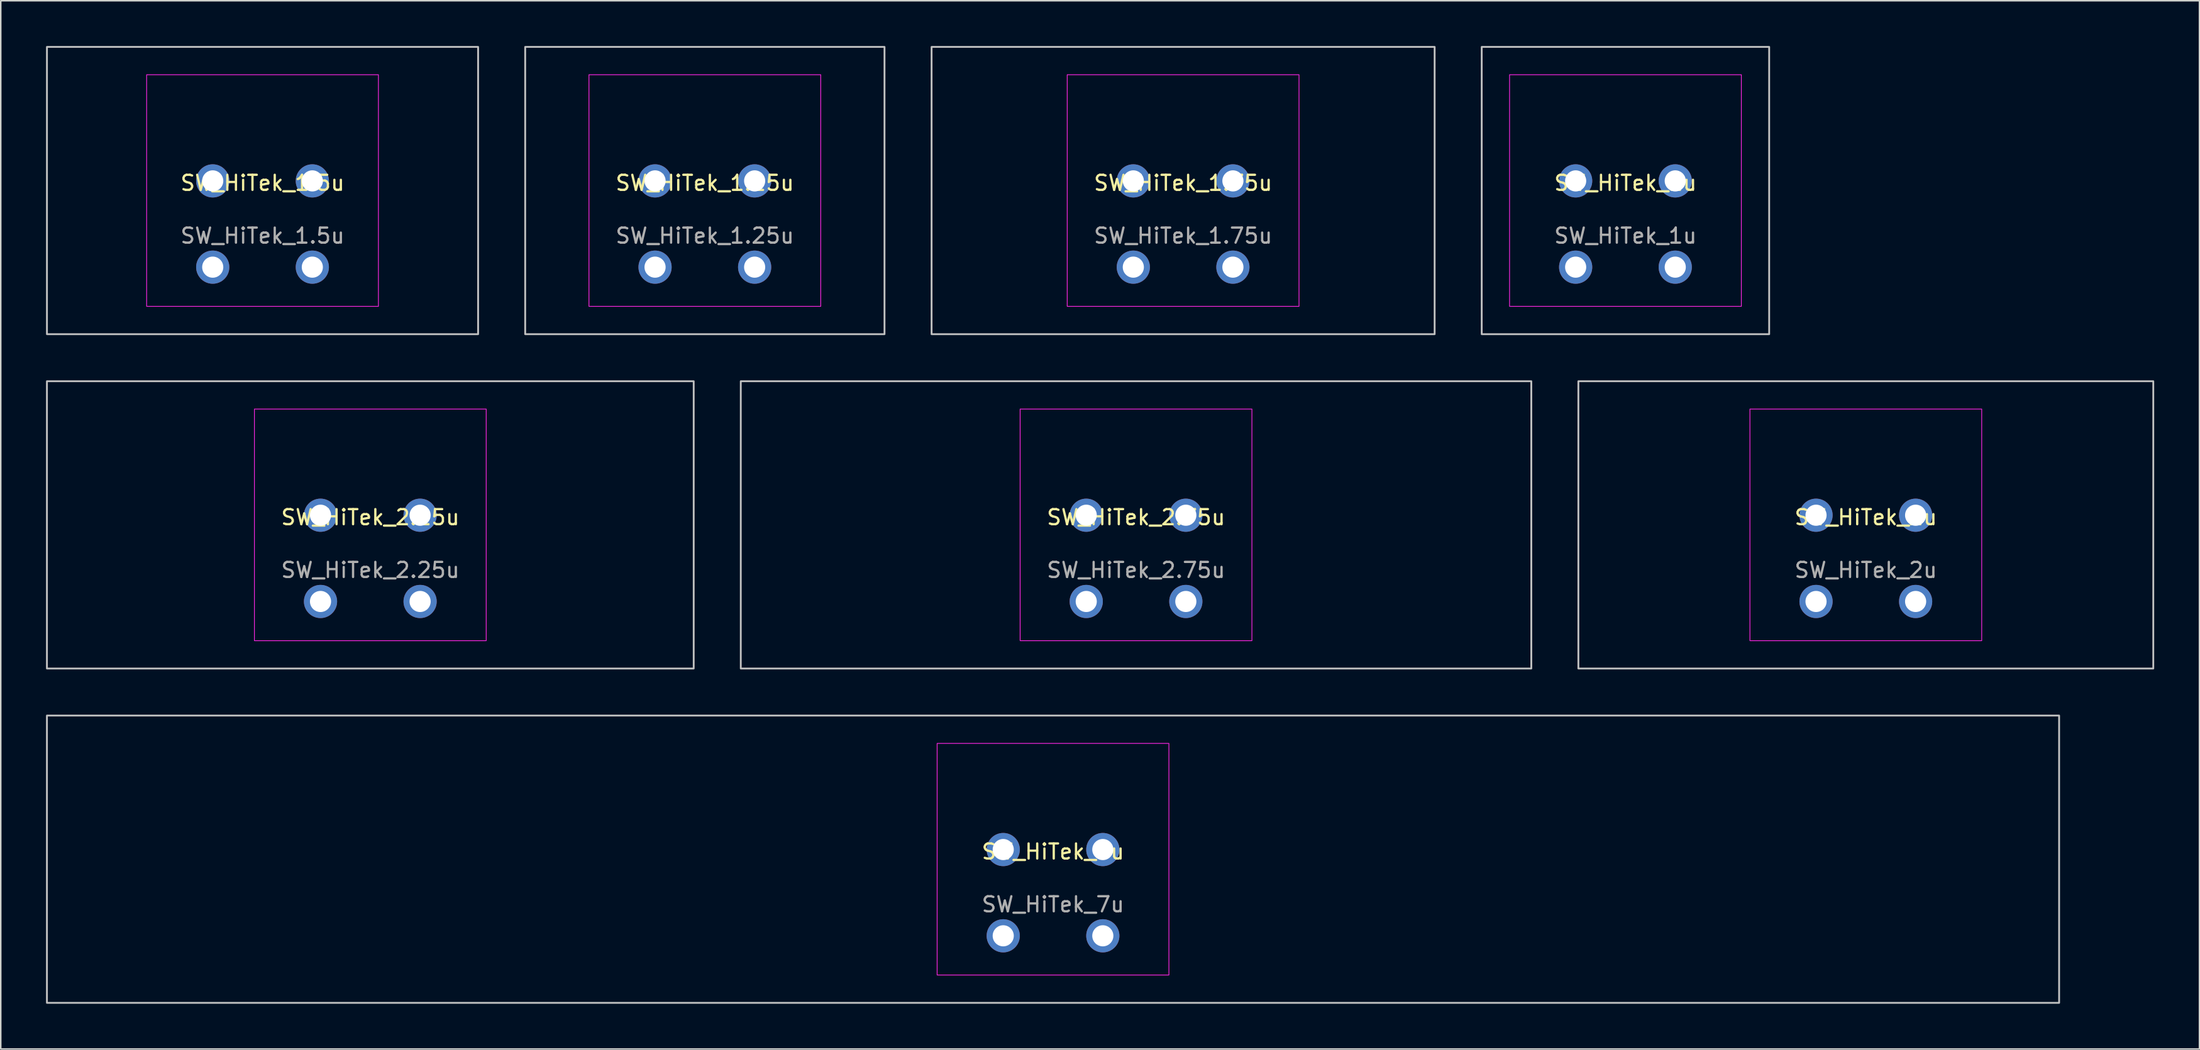
<source format=kicad_pcb>
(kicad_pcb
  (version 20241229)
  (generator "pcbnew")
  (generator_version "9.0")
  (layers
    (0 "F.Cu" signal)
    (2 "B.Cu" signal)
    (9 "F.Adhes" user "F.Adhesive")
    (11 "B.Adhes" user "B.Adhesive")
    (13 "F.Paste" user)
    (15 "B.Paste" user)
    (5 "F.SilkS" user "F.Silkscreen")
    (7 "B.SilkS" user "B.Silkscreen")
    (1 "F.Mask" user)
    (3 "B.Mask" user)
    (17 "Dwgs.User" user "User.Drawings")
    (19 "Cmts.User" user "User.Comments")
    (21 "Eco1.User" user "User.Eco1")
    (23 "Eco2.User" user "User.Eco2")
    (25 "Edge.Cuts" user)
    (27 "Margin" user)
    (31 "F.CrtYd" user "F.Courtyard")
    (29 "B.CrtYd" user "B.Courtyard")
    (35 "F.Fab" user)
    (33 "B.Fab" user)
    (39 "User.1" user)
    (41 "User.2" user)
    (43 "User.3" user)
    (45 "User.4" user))
  (footprint "SW_HiTek_2.75u"
    (layer "F.Cu")
    (at 72.236 31.755)
    (property "Reference" "SW_HiTek_2.75u" (at 0 -0.5 0) (unlocked yes) (layer "F.SilkS") (effects (font (size 1 1) (thickness 0.15))))
    (attr through_hole exclude_from_pos_files exclude_from_bom)
    (fp_rect (start -26.194 -9.525) (end 26.194 9.525) (stroke (width 0.12) (type solid)) (fill no) (layer "Dwgs.User"))
    (fp_line (start -7.81 7.31) (end -7.81 -7.31) (stroke (width 0.05) (type solid)) (layer "Eco2.User"))
    (fp_line (start -7.31 -7.81) (end 7.31 -7.81) (stroke (width 0.05) (type solid)) (layer "Eco2.User"))
    (fp_line (start 7.31 7.81) (end -7.31 7.81) (stroke (width 0.05) (type solid)) (layer "Eco2.User"))
    (fp_line (start 7.81 7.31) (end 7.81 -7.31) (stroke (width 0.05) (type solid)) (layer "Eco2.User"))
    (fp_arc (start -7.81 -7.31) (mid -7.663553 -7.663553) (end -7.31 -7.81) (stroke (width 0.05) (type solid)) (layer "Eco2.User"))
    (fp_arc (start -7.31 7.81) (mid -7.663553 7.663553) (end -7.81 7.31) (stroke (width 0.05) (type solid)) (layer "Eco2.User"))
    (fp_arc (start 7.31 -7.81) (mid 7.663553 -7.663553) (end 7.81 -7.31) (stroke (width 0.05) (type solid)) (layer "Eco2.User"))
    (fp_arc (start 7.81 7.31) (mid 7.663553 7.663553) (end 7.31 7.81) (stroke (width 0.05) (type solid)) (layer "Eco2.User"))
    (fp_rect (start -7.68 -7.68) (end 7.68 7.68) (stroke (width 0.05) (type solid)) (fill no) (layer "F.CrtYd"))
    (fp_text user "${REFERENCE}" (at 0 3 0) (unlocked yes) (layer "F.Fab") (effects (font (size 1 1) (thickness 0.15))))
    (pad "1" thru_hole circle (at -3.3 -0.64) (size 2.2 2.2) (drill 1.4) (layers "*.Cu" "B.Mask"))
    (pad "1" thru_hole circle (at -3.3 5.08) (size 2.2 2.2) (drill 1.4) (layers "*.Cu" "B.Mask"))
    (pad "2" thru_hole circle (at 3.3 -0.64) (size 2.2 2.2) (drill 1.4) (layers "*.Cu" "B.Mask"))
    (pad "2" thru_hole circle (at 3.3 5.08) (size 2.2 2.2) (drill 1.4) (layers "*.Cu" "B.Mask")))
  (footprint "SW_HiTek_2u"
    (layer "F.Cu")
    (at 120.6 31.755)
    (property "Reference" "SW_HiTek_2u" (at 0 -0.5 0) (unlocked yes) (layer "F.SilkS") (effects (font (size 1 1) (thickness 0.15))))
    (attr through_hole exclude_from_pos_files exclude_from_bom)
    (fp_rect (start -19.05 -9.525) (end 19.05 9.525) (stroke (width 0.12) (type solid)) (fill no) (layer "Dwgs.User"))
    (fp_line (start -7.81 7.31) (end -7.81 -7.31) (stroke (width 0.05) (type solid)) (layer "Eco2.User"))
    (fp_line (start -7.31 -7.81) (end 7.31 -7.81) (stroke (width 0.05) (type solid)) (layer "Eco2.User"))
    (fp_line (start 7.31 7.81) (end -7.31 7.81) (stroke (width 0.05) (type solid)) (layer "Eco2.User"))
    (fp_line (start 7.81 7.31) (end 7.81 -7.31) (stroke (width 0.05) (type solid)) (layer "Eco2.User"))
    (fp_arc (start -7.81 -7.31) (mid -7.663553 -7.663553) (end -7.31 -7.81) (stroke (width 0.05) (type solid)) (layer "Eco2.User"))
    (fp_arc (start -7.31 7.81) (mid -7.663553 7.663553) (end -7.81 7.31) (stroke (width 0.05) (type solid)) (layer "Eco2.User"))
    (fp_arc (start 7.31 -7.81) (mid 7.663553 -7.663553) (end 7.81 -7.31) (stroke (width 0.05) (type solid)) (layer "Eco2.User"))
    (fp_arc (start 7.81 7.31) (mid 7.663553 7.663553) (end 7.31 7.81) (stroke (width 0.05) (type solid)) (layer "Eco2.User"))
    (fp_rect (start -7.68 -7.68) (end 7.68 7.68) (stroke (width 0.05) (type solid)) (fill no) (layer "F.CrtYd"))
    (fp_text user "${REFERENCE}" (at 0 3 0) (unlocked yes) (layer "F.Fab") (effects (font (size 1 1) (thickness 0.15))))
    (pad "1" thru_hole circle (at -3.3 -0.64) (size 2.2 2.2) (drill 1.4) (layers "*.Cu" "B.Mask"))
    (pad "1" thru_hole circle (at -3.3 5.08) (size 2.2 2.2) (drill 1.4) (layers "*.Cu" "B.Mask"))
    (pad "2" thru_hole circle (at 3.3 -0.64) (size 2.2 2.2) (drill 1.4) (layers "*.Cu" "B.Mask"))
    (pad "2" thru_hole circle (at 3.3 5.08) (size 2.2 2.2) (drill 1.4) (layers "*.Cu" "B.Mask")))
  (footprint "SW_HiTek_1.5u"
    (layer "F.Cu")
    (at 14.348 9.585)
    (property "Reference" "SW_HiTek_1.5u" (at 0 -0.5 0) (unlocked yes) (layer "F.SilkS") (effects (font (size 1 1) (thickness 0.15))))
    (attr through_hole exclude_from_pos_files exclude_from_bom)
    (fp_rect (start -14.287 -9.525) (end 14.287 9.525) (stroke (width 0.12) (type solid)) (fill no) (layer "Dwgs.User"))
    (fp_line (start -7.81 7.31) (end -7.81 -7.31) (stroke (width 0.05) (type solid)) (layer "Eco2.User"))
    (fp_line (start -7.31 -7.81) (end 7.31 -7.81) (stroke (width 0.05) (type solid)) (layer "Eco2.User"))
    (fp_line (start 7.31 7.81) (end -7.31 7.81) (stroke (width 0.05) (type solid)) (layer "Eco2.User"))
    (fp_line (start 7.81 7.31) (end 7.81 -7.31) (stroke (width 0.05) (type solid)) (layer "Eco2.User"))
    (fp_arc (start -7.81 -7.31) (mid -7.663553 -7.663553) (end -7.31 -7.81) (stroke (width 0.05) (type solid)) (layer "Eco2.User"))
    (fp_arc (start -7.31 7.81) (mid -7.663553 7.663553) (end -7.81 7.31) (stroke (width 0.05) (type solid)) (layer "Eco2.User"))
    (fp_arc (start 7.31 -7.81) (mid 7.663553 -7.663553) (end 7.81 -7.31) (stroke (width 0.05) (type solid)) (layer "Eco2.User"))
    (fp_arc (start 7.81 7.31) (mid 7.663553 7.663553) (end 7.31 7.81) (stroke (width 0.05) (type solid)) (layer "Eco2.User"))
    (fp_rect (start -7.68 -7.68) (end 7.68 7.68) (stroke (width 0.05) (type solid)) (fill no) (layer "F.CrtYd"))
    (fp_text user "${REFERENCE}" (at 0 3 0) (unlocked yes) (layer "F.Fab") (effects (font (size 1 1) (thickness 0.15))))
    (pad "1" thru_hole circle (at -3.3 -0.64) (size 2.2 2.2) (drill 1.4) (layers "*.Cu" "B.Mask"))
    (pad "1" thru_hole circle (at -3.3 5.08) (size 2.2 2.2) (drill 1.4) (layers "*.Cu" "B.Mask"))
    (pad "2" thru_hole circle (at 3.3 -0.64) (size 2.2 2.2) (drill 1.4) (layers "*.Cu" "B.Mask"))
    (pad "2" thru_hole circle (at 3.3 5.08) (size 2.2 2.2) (drill 1.4) (layers "*.Cu" "B.Mask")))
  (footprint "SW_HiTek_1u"
    (layer "F.Cu")
    (at 104.67 9.585)
    (property "Reference" "SW_HiTek_1u" (at 0 -0.5 0) (unlocked yes) (layer "F.SilkS") (effects (font (size 1 1) (thickness 0.15))))
    (attr through_hole exclude_from_pos_files exclude_from_bom)
    (fp_rect (start -9.525 -9.525) (end 9.525 9.525) (stroke (width 0.12) (type solid)) (fill no) (layer "Dwgs.User"))
    (fp_line (start -7.81 7.31) (end -7.81 -7.31) (stroke (width 0.05) (type solid)) (layer "Eco2.User"))
    (fp_line (start -7.31 -7.81) (end 7.31 -7.81) (stroke (width 0.05) (type solid)) (layer "Eco2.User"))
    (fp_line (start 7.31 7.81) (end -7.31 7.81) (stroke (width 0.05) (type solid)) (layer "Eco2.User"))
    (fp_line (start 7.81 7.31) (end 7.81 -7.31) (stroke (width 0.05) (type solid)) (layer "Eco2.User"))
    (fp_arc (start -7.81 -7.31) (mid -7.663553 -7.663553) (end -7.31 -7.81) (stroke (width 0.05) (type solid)) (layer "Eco2.User"))
    (fp_arc (start -7.31 7.81) (mid -7.663553 7.663553) (end -7.81 7.31) (stroke (width 0.05) (type solid)) (layer "Eco2.User"))
    (fp_arc (start 7.31 -7.81) (mid 7.663553 -7.663553) (end 7.81 -7.31) (stroke (width 0.05) (type solid)) (layer "Eco2.User"))
    (fp_arc (start 7.81 7.31) (mid 7.663553 7.663553) (end 7.31 7.81) (stroke (width 0.05) (type solid)) (layer "Eco2.User"))
    (fp_rect (start -7.68 -7.68) (end 7.68 7.68) (stroke (width 0.05) (type solid)) (fill no) (layer "F.CrtYd"))
    (fp_text user "${REFERENCE}" (at 0 3 0) (unlocked yes) (layer "F.Fab") (effects (font (size 1 1) (thickness 0.15))))
    (pad "1" thru_hole circle (at -3.3 -0.64) (size 2.2 2.2) (drill 1.4) (layers "*.Cu" "B.Mask"))
    (pad "1" thru_hole circle (at -3.3 5.08) (size 2.2 2.2) (drill 1.4) (layers "*.Cu" "B.Mask"))
    (pad "2" thru_hole circle (at 3.3 -0.64) (size 2.2 2.2) (drill 1.4) (layers "*.Cu" "B.Mask"))
    (pad "2" thru_hole circle (at 3.3 5.08) (size 2.2 2.2) (drill 1.4) (layers "*.Cu" "B.Mask")))
  (footprint "SW_HiTek_7u"
    (layer "F.Cu")
    (at 66.735 53.925)
    (property "Reference" "SW_HiTek_7u" (at 0 -0.5 0) (unlocked yes) (layer "F.SilkS") (effects (font (size 1 1) (thickness 0.15))))
    (attr through_hole exclude_from_pos_files exclude_from_bom)
    (fp_rect (start -66.675 -9.525) (end 66.675 9.525) (stroke (width 0.12) (type solid)) (fill no) (layer "Dwgs.User"))
    (fp_line (start -7.81 7.31) (end -7.81 -7.31) (stroke (width 0.05) (type solid)) (layer "Eco2.User"))
    (fp_line (start -7.31 -7.81) (end 7.31 -7.81) (stroke (width 0.05) (type solid)) (layer "Eco2.User"))
    (fp_line (start 7.31 7.81) (end -7.31 7.81) (stroke (width 0.05) (type solid)) (layer "Eco2.User"))
    (fp_line (start 7.81 7.31) (end 7.81 -7.31) (stroke (width 0.05) (type solid)) (layer "Eco2.User"))
    (fp_arc (start -7.81 -7.31) (mid -7.663553 -7.663553) (end -7.31 -7.81) (stroke (width 0.05) (type solid)) (layer "Eco2.User"))
    (fp_arc (start -7.31 7.81) (mid -7.663553 7.663553) (end -7.81 7.31) (stroke (width 0.05) (type solid)) (layer "Eco2.User"))
    (fp_arc (start 7.31 -7.81) (mid 7.663553 -7.663553) (end 7.81 -7.31) (stroke (width 0.05) (type solid)) (layer "Eco2.User"))
    (fp_arc (start 7.81 7.31) (mid 7.663553 7.663553) (end 7.31 7.81) (stroke (width 0.05) (type solid)) (layer "Eco2.User"))
    (fp_rect (start -7.68 -7.68) (end 7.68 7.68) (stroke (width 0.05) (type solid)) (fill no) (layer "F.CrtYd"))
    (fp_text user "${REFERENCE}" (at 0 3 0) (unlocked yes) (layer "F.Fab") (effects (font (size 1 1) (thickness 0.15))))
    (pad "1" thru_hole circle (at -3.3 -0.64) (size 2.2 2.2) (drill 1.4) (layers "*.Cu" "B.Mask"))
    (pad "1" thru_hole circle (at -3.3 5.08) (size 2.2 2.2) (drill 1.4) (layers "*.Cu" "B.Mask"))
    (pad "2" thru_hole circle (at 3.3 -0.64) (size 2.2 2.2) (drill 1.4) (layers "*.Cu" "B.Mask"))
    (pad "2" thru_hole circle (at 3.3 5.08) (size 2.2 2.2) (drill 1.4) (layers "*.Cu" "B.Mask")))
  (footprint "SW_HiTek_2.25u"
    (layer "F.Cu")
    (at 21.491 31.755)
    (property "Reference" "SW_HiTek_2.25u" (at 0 -0.5 0) (unlocked yes) (layer "F.SilkS") (effects (font (size 1 1) (thickness 0.15))))
    (attr through_hole exclude_from_pos_files exclude_from_bom)
    (fp_rect (start -21.431 -9.525) (end 21.431 9.525) (stroke (width 0.12) (type solid)) (fill no) (layer "Dwgs.User"))
    (fp_line (start -7.81 7.31) (end -7.81 -7.31) (stroke (width 0.05) (type solid)) (layer "Eco2.User"))
    (fp_line (start -7.31 -7.81) (end 7.31 -7.81) (stroke (width 0.05) (type solid)) (layer "Eco2.User"))
    (fp_line (start 7.31 7.81) (end -7.31 7.81) (stroke (width 0.05) (type solid)) (layer "Eco2.User"))
    (fp_line (start 7.81 7.31) (end 7.81 -7.31) (stroke (width 0.05) (type solid)) (layer "Eco2.User"))
    (fp_arc (start -7.81 -7.31) (mid -7.663553 -7.663553) (end -7.31 -7.81) (stroke (width 0.05) (type solid)) (layer "Eco2.User"))
    (fp_arc (start -7.31 7.81) (mid -7.663553 7.663553) (end -7.81 7.31) (stroke (width 0.05) (type solid)) (layer "Eco2.User"))
    (fp_arc (start 7.31 -7.81) (mid 7.663553 -7.663553) (end 7.81 -7.31) (stroke (width 0.05) (type solid)) (layer "Eco2.User"))
    (fp_arc (start 7.81 7.31) (mid 7.663553 7.663553) (end 7.31 7.81) (stroke (width 0.05) (type solid)) (layer "Eco2.User"))
    (fp_rect (start -7.68 -7.68) (end 7.68 7.68) (stroke (width 0.05) (type solid)) (fill no) (layer "F.CrtYd"))
    (fp_text user "${REFERENCE}" (at 0 3 0) (unlocked yes) (layer "F.Fab") (effects (font (size 1 1) (thickness 0.15))))
    (pad "1" thru_hole circle (at -3.3 -0.64) (size 2.2 2.2) (drill 1.4) (layers "*.Cu" "B.Mask"))
    (pad "1" thru_hole circle (at -3.3 5.08) (size 2.2 2.2) (drill 1.4) (layers "*.Cu" "B.Mask"))
    (pad "2" thru_hole circle (at 3.3 -0.64) (size 2.2 2.2) (drill 1.4) (layers "*.Cu" "B.Mask"))
    (pad "2" thru_hole circle (at 3.3 5.08) (size 2.2 2.2) (drill 1.4) (layers "*.Cu" "B.Mask")))
  (footprint "SW_HiTek_1.75u"
    (layer "F.Cu")
    (at 75.356 9.585)
    (property "Reference" "SW_HiTek_1.75u" (at 0 -0.5 0) (unlocked yes) (layer "F.SilkS") (effects (font (size 1 1) (thickness 0.15))))
    (attr through_hole exclude_from_pos_files exclude_from_bom)
    (fp_rect (start -16.669 -9.525) (end 16.669 9.525) (stroke (width 0.12) (type solid)) (fill no) (layer "Dwgs.User"))
    (fp_line (start -7.81 7.31) (end -7.81 -7.31) (stroke (width 0.05) (type solid)) (layer "Eco2.User"))
    (fp_line (start -7.31 -7.81) (end 7.31 -7.81) (stroke (width 0.05) (type solid)) (layer "Eco2.User"))
    (fp_line (start 7.31 7.81) (end -7.31 7.81) (stroke (width 0.05) (type solid)) (layer "Eco2.User"))
    (fp_line (start 7.81 7.31) (end 7.81 -7.31) (stroke (width 0.05) (type solid)) (layer "Eco2.User"))
    (fp_arc (start -7.81 -7.31) (mid -7.663553 -7.663553) (end -7.31 -7.81) (stroke (width 0.05) (type solid)) (layer "Eco2.User"))
    (fp_arc (start -7.31 7.81) (mid -7.663553 7.663553) (end -7.81 7.31) (stroke (width 0.05) (type solid)) (layer "Eco2.User"))
    (fp_arc (start 7.31 -7.81) (mid 7.663553 -7.663553) (end 7.81 -7.31) (stroke (width 0.05) (type solid)) (layer "Eco2.User"))
    (fp_arc (start 7.81 7.31) (mid 7.663553 7.663553) (end 7.31 7.81) (stroke (width 0.05) (type solid)) (layer "Eco2.User"))
    (fp_rect (start -7.68 -7.68) (end 7.68 7.68) (stroke (width 0.05) (type solid)) (fill no) (layer "F.CrtYd"))
    (fp_text user "${REFERENCE}" (at 0 3 0) (unlocked yes) (layer "F.Fab") (effects (font (size 1 1) (thickness 0.15))))
    (pad "1" thru_hole circle (at -3.3 -0.64) (size 2.2 2.2) (drill 1.4) (layers "*.Cu" "B.Mask"))
    (pad "1" thru_hole circle (at -3.3 5.08) (size 2.2 2.2) (drill 1.4) (layers "*.Cu" "B.Mask"))
    (pad "2" thru_hole circle (at 3.3 -0.64) (size 2.2 2.2) (drill 1.4) (layers "*.Cu" "B.Mask"))
    (pad "2" thru_hole circle (at 3.3 5.08) (size 2.2 2.2) (drill 1.4) (layers "*.Cu" "B.Mask")))
  (footprint "SW_HiTek_1.25u"
    (layer "F.Cu")
    (at 43.661 9.585)
    (property "Reference" "SW_HiTek_1.25u" (at 0 -0.5 0) (unlocked yes) (layer "F.SilkS") (effects (font (size 1 1) (thickness 0.15))))
    (attr through_hole exclude_from_pos_files exclude_from_bom)
    (fp_rect (start -11.906 -9.525) (end 11.906 9.525) (stroke (width 0.12) (type solid)) (fill no) (layer "Dwgs.User"))
    (fp_line (start -7.81 7.31) (end -7.81 -7.31) (stroke (width 0.05) (type solid)) (layer "Eco2.User"))
    (fp_line (start -7.31 -7.81) (end 7.31 -7.81) (stroke (width 0.05) (type solid)) (layer "Eco2.User"))
    (fp_line (start 7.31 7.81) (end -7.31 7.81) (stroke (width 0.05) (type solid)) (layer "Eco2.User"))
    (fp_line (start 7.81 7.31) (end 7.81 -7.31) (stroke (width 0.05) (type solid)) (layer "Eco2.User"))
    (fp_arc (start -7.81 -7.31) (mid -7.663553 -7.663553) (end -7.31 -7.81) (stroke (width 0.05) (type solid)) (layer "Eco2.User"))
    (fp_arc (start -7.31 7.81) (mid -7.663553 7.663553) (end -7.81 7.31) (stroke (width 0.05) (type solid)) (layer "Eco2.User"))
    (fp_arc (start 7.31 -7.81) (mid 7.663553 -7.663553) (end 7.81 -7.31) (stroke (width 0.05) (type solid)) (layer "Eco2.User"))
    (fp_arc (start 7.81 7.31) (mid 7.663553 7.663553) (end 7.31 7.81) (stroke (width 0.05) (type solid)) (layer "Eco2.User"))
    (fp_rect (start -7.68 -7.68) (end 7.68 7.68) (stroke (width 0.05) (type solid)) (fill no) (layer "F.CrtYd"))
    (fp_text user "${REFERENCE}" (at 0 3 0) (unlocked yes) (layer "F.Fab") (effects (font (size 1 1) (thickness 0.15))))
    (pad "1" thru_hole circle (at -3.3 -0.64) (size 2.2 2.2) (drill 1.4) (layers "*.Cu" "B.Mask"))
    (pad "1" thru_hole circle (at -3.3 5.08) (size 2.2 2.2) (drill 1.4) (layers "*.Cu" "B.Mask"))
    (pad "2" thru_hole circle (at 3.3 -0.64) (size 2.2 2.2) (drill 1.4) (layers "*.Cu" "B.Mask"))
    (pad "2" thru_hole circle (at 3.3 5.08) (size 2.2 2.2) (drill 1.4) (layers "*.Cu" "B.Mask")))
  (gr_rect
    (start -3 -3)
    (end 142.71 66.51)
    (stroke (width 0.1) (type default))
    (fill no)
    (layer "Edge.Cuts")))
</source>
